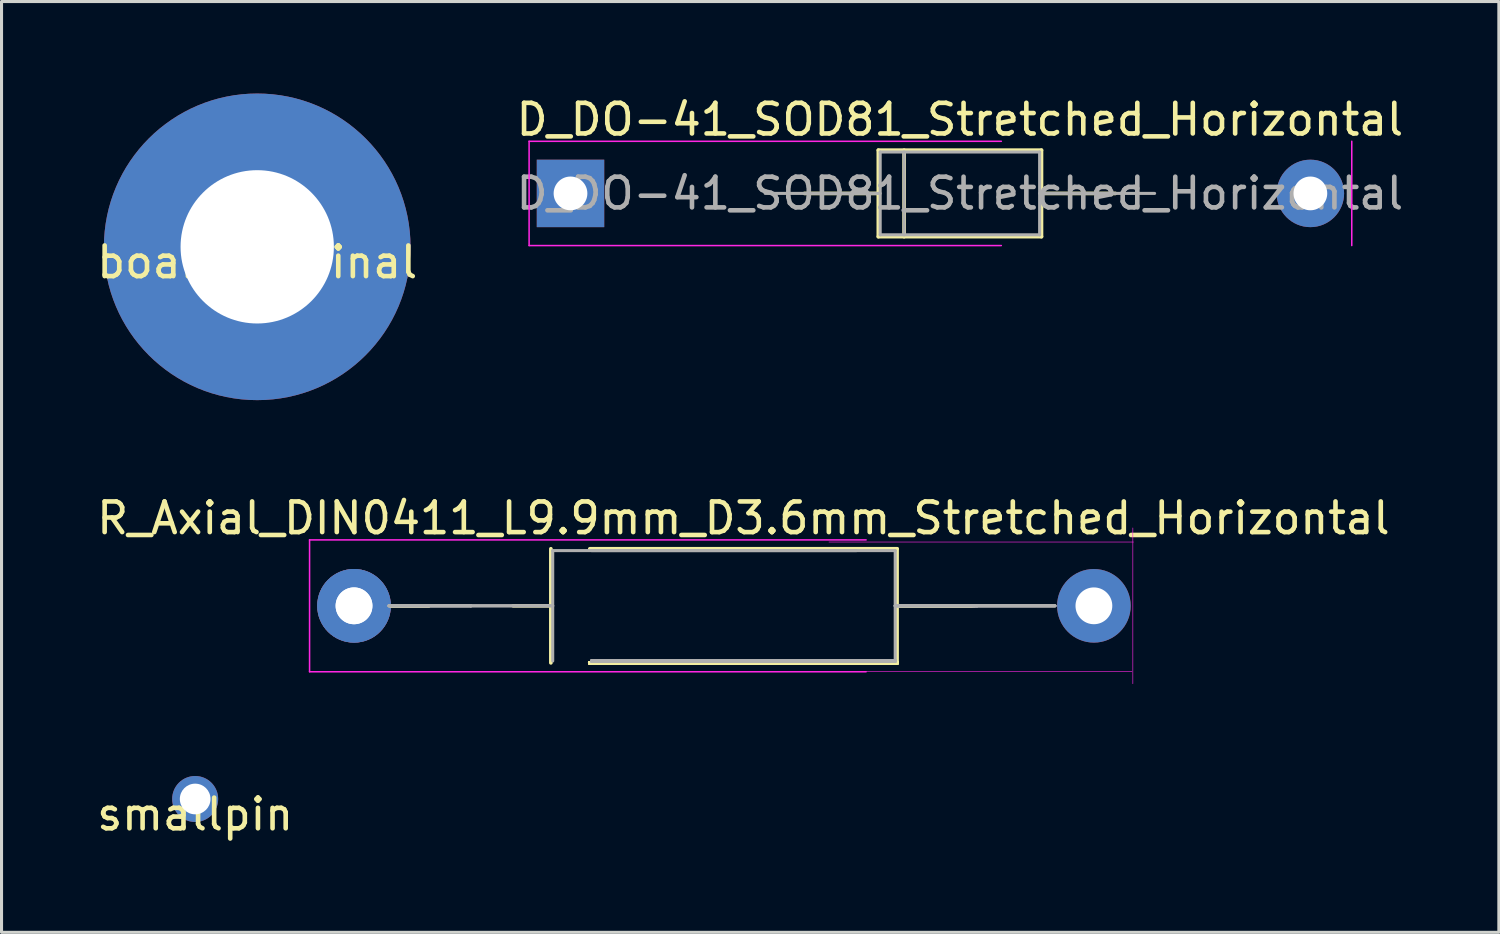
<source format=kicad_pcb>
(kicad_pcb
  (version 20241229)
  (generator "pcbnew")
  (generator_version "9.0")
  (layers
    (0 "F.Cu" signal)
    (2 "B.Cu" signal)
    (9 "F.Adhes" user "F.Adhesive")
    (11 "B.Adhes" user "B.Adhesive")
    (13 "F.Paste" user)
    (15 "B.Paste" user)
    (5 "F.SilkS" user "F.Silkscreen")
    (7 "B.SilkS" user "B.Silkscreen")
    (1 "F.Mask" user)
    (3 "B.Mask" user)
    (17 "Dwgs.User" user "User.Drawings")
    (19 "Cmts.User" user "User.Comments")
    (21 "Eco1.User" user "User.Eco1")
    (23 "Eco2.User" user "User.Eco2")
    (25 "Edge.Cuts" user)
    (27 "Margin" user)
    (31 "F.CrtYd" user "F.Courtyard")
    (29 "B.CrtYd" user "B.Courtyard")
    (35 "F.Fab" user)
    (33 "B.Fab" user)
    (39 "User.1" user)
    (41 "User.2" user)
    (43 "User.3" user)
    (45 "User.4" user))
  (footprint "boardterminal"
    (layer "F.Cu")
    (at 5.339 5)
    (property "Reference" "boardterminal" (at 0 0.5 0) (layer "F.SilkS") (effects (font (size 1 1) (thickness 0.15))))
    (attr through_hole)
    (pad "1" thru_hole circle (at 0 0) (size 10 10) (drill 5) (layers "*.Cu" "*.Mask")))
  (footprint "D_DO-41_SOD81_Stretched_Horizontal"
    (layer "F.Cu")
    (at 15.556 3.258)
    (property "Reference" "D_DO-41_SOD81_Stretched_Horizontal" (at 12.7 -2.41 0) (layer "F.SilkS") (effects (font (size 1 1) (thickness 0.15))))
    (attr through_hole)
    (fp_line (start 7.63 0) (end 10.04 0) (stroke (width 0.12) (type solid)) (layer "F.SilkS"))
    (fp_line (start 10.04 -1.41) (end 10.04 1.41) (stroke (width 0.12) (type solid)) (layer "F.SilkS"))
    (fp_line (start 10.04 1.41) (end 15.36 1.41) (stroke (width 0.12) (type solid)) (layer "F.SilkS"))
    (fp_line (start 10.88 -1.41) (end 10.88 1.41) (stroke (width 0.12) (type solid)) (layer "F.SilkS"))
    (fp_line (start 15.36 -1.41) (end 10.04 -1.41) (stroke (width 0.12) (type solid)) (layer "F.SilkS"))
    (fp_line (start 15.36 1.41) (end 15.36 -1.41) (stroke (width 0.12) (type solid)) (layer "F.SilkS"))
    (fp_line (start 17.77 0) (end 15.36 0) (stroke (width 0.12) (type solid)) (layer "F.SilkS"))
    (fp_line (start -1.35 -1.7) (end -1.35 1.7) (stroke (width 0.05) (type solid)) (layer "F.CrtYd"))
    (fp_line (start -1.35 1.7) (end 14.05 1.7) (stroke (width 0.05) (type solid)) (layer "F.CrtYd"))
    (fp_line (start 14.05 -1.7) (end -1.35 -1.7) (stroke (width 0.05) (type solid)) (layer "F.CrtYd"))
    (fp_line (start 25.48 1.7) (end 25.48 -1.7) (stroke (width 0.05) (type solid)) (layer "F.CrtYd"))
    (fp_line (start 6.35 0) (end 10.1 0) (stroke (width 0.1) (type solid)) (layer "F.Fab"))
    (fp_line (start 10.1 -1.35) (end 10.1 1.35) (stroke (width 0.1) (type solid)) (layer "F.Fab"))
    (fp_line (start 10.1 1.35) (end 15.3 1.35) (stroke (width 0.1) (type solid)) (layer "F.Fab"))
    (fp_line (start 10.88 -1.35) (end 10.88 1.35) (stroke (width 0.1) (type solid)) (layer "F.Fab"))
    (fp_line (start 15.3 -1.35) (end 10.1 -1.35) (stroke (width 0.1) (type solid)) (layer "F.Fab"))
    (fp_line (start 15.3 1.35) (end 15.3 -1.35) (stroke (width 0.1) (type solid)) (layer "F.Fab"))
    (fp_line (start 19.05 0) (end 15.3 0) (stroke (width 0.1) (type solid)) (layer "F.Fab"))
    (fp_text user "${REFERENCE}" (at 12.7 0 0) (layer "F.Fab") (effects (font (size 1 1) (thickness 0.15))))
    (pad "1" thru_hole rect (at 0 0) (size 2.2 2.2) (drill 1.1) (layers "*.Cu" "*.Mask"))
    (pad "2" thru_hole oval (at 24.13 0) (size 2.2 2.2) (drill 1.1) (layers "*.Cu" "*.Mask")))
  (footprint "R_Axial_DIN0411_L9.9mm_D3.6mm_Stretched_Horizontal"
    (layer "F.Cu")
    (at 8.496 16.708)
    (property "Reference" "R_Axial_DIN0411_L9.9mm_D3.6mm_Stretched_Horizontal" (at 12.7 -2.86 0) (layer "F.SilkS") (effects (font (size 1 1) (thickness 0.15))))
    (attr through_hole)
    (fp_line (start 2.43 0) (end 1.2 0) (stroke (width 0.12) (type solid)) (layer "F.SilkS"))
    (fp_line (start 2.43 0) (end 1.2 0) (stroke (width 0.12) (type solid)) (layer "F.SilkS"))
    (fp_line (start 2.43 0) (end 1.2 0) (stroke (width 0.12) (type solid)) (layer "F.SilkS"))
    (fp_line (start 2.43 0) (end 1.2 0) (stroke (width 0.12) (type solid)) (layer "F.SilkS"))
    (fp_line (start 5.19 0) (end 6.42 0) (stroke (width 0.12) (type solid)) (layer "F.SilkS"))
    (fp_line (start 6.42 -1.86) (end 6.42 1.86) (stroke (width 0.12) (type solid)) (layer "F.SilkS"))
    (fp_line (start 7.69 1.86) (end 17.71 1.86) (stroke (width 0.12) (type solid)) (layer "F.SilkS"))
    (fp_line (start 7.69 1.86) (end 17.71 1.86) (stroke (width 0.12) (type solid)) (layer "F.SilkS"))
    (fp_line (start 7.69 1.86) (end 17.71 1.86) (stroke (width 0.12) (type solid)) (layer "F.SilkS"))
    (fp_line (start 7.69 1.86) (end 17.71 1.86) (stroke (width 0.12) (type solid)) (layer "F.SilkS"))
    (fp_line (start 7.69 1.86) (end 17.71 1.86) (stroke (width 0.12) (type solid)) (layer "F.SilkS"))
    (fp_line (start 7.69 1.86) (end 17.71 1.86) (stroke (width 0.12) (type solid)) (layer "F.SilkS"))
    (fp_line (start 7.69 1.86) (end 17.71 1.86) (stroke (width 0.12) (type solid)) (layer "F.SilkS"))
    (fp_line (start 7.69 1.86) (end 17.71 1.86) (stroke (width 0.12) (type solid)) (layer "F.SilkS"))
    (fp_line (start 7.69 1.86) (end 17.71 1.86) (stroke (width 0.12) (type solid)) (layer "F.SilkS"))
    (fp_line (start 7.69 1.86) (end 17.71 1.86) (stroke (width 0.12) (type solid)) (layer "F.SilkS"))
    (fp_line (start 7.69 1.86) (end 17.71 1.86) (stroke (width 0.12) (type solid)) (layer "F.SilkS"))
    (fp_line (start 7.69 1.86) (end 17.71 1.86) (stroke (width 0.12) (type solid)) (layer "F.SilkS"))
    (fp_line (start 7.69 1.86) (end 17.71 1.86) (stroke (width 0.12) (type solid)) (layer "F.SilkS"))
    (fp_line (start 7.69 1.86) (end 17.71 1.86) (stroke (width 0.12) (type solid)) (layer "F.SilkS"))
    (fp_line (start 7.69 1.86) (end 17.71 1.86) (stroke (width 0.12) (type solid)) (layer "F.SilkS"))
    (fp_line (start 7.69 1.86) (end 17.71 1.86) (stroke (width 0.12) (type solid)) (layer "F.SilkS"))
    (fp_line (start 17.71 -1.86) (end 7.69 -1.86) (stroke (width 0.12) (type solid)) (layer "F.SilkS"))
    (fp_line (start 17.71 1.86) (end 17.71 -1.86) (stroke (width 0.12) (type solid)) (layer "F.SilkS"))
    (fp_line (start 18.94 0) (end 17.71 0) (stroke (width 0.12) (type solid)) (layer "F.SilkS"))
    (fp_line (start 18.94 0) (end 17.71 0) (stroke (width 0.12) (type solid)) (layer "F.SilkS"))
    (fp_line (start 18.94 0) (end 17.71 0) (stroke (width 0.12) (type solid)) (layer "F.SilkS"))
    (fp_line (start 18.94 0) (end 17.71 0) (stroke (width 0.12) (type solid)) (layer "F.SilkS"))
    (fp_line (start 18.94 0) (end 17.71 0) (stroke (width 0.12) (type solid)) (layer "F.SilkS"))
    (fp_line (start 18.94 0) (end 17.71 0) (stroke (width 0.12) (type solid)) (layer "F.SilkS"))
    (fp_line (start 18.94 0) (end 17.71 0) (stroke (width 0.12) (type solid)) (layer "F.SilkS"))
    (fp_line (start 18.94 0) (end 17.71 0) (stroke (width 0.12) (type solid)) (layer "F.SilkS"))
    (fp_line (start 20.21 0) (end 18.98 0) (stroke (width 0.12) (type solid)) (layer "F.SilkS"))
    (fp_line (start 20.21 0) (end 18.98 0) (stroke (width 0.12) (type solid)) (layer "F.SilkS"))
    (fp_line (start 20.21 0) (end 18.98 0) (stroke (width 0.12) (type solid)) (layer "F.SilkS"))
    (fp_line (start 20.21 0) (end 18.98 0) (stroke (width 0.12) (type solid)) (layer "F.SilkS"))
    (fp_line (start -1.45 -2.15) (end -1.45 2.15) (stroke (width 0.05) (type solid)) (layer "F.CrtYd"))
    (fp_line (start -1.45 2.15) (end 16.7 2.15) (stroke (width 0.05) (type solid)) (layer "F.CrtYd"))
    (fp_line (start 15.44 2.14) (end 25.37 2.14) (stroke (width 0.02) (type solid)) (layer "F.CrtYd"))
    (fp_line (start 15.49 -2.08) (end 25.42 -2.08) (stroke (width 0.02) (type solid)) (layer "F.CrtYd"))
    (fp_line (start 16.7 -2.15) (end -1.45 -2.15) (stroke (width 0.05) (type solid)) (layer "F.CrtYd"))
    (fp_line (start 25.4 -2.54) (end 25.4 2.54) (stroke (width 0.02) (type solid)) (layer "F.CrtYd"))
    (fp_line (start 3.81 0) (end 1.14 0) (stroke (width 0.1) (type solid)) (layer "F.Fab"))
    (fp_line (start 3.81 0) (end 1.14 0) (stroke (width 0.1) (type solid)) (layer "F.Fab"))
    (fp_line (start 3.81 0) (end 1.14 0) (stroke (width 0.1) (type solid)) (layer "F.Fab"))
    (fp_line (start 3.81 0) (end 1.14 0) (stroke (width 0.1) (type solid)) (layer "F.Fab"))
    (fp_line (start 3.81 0) (end 6.48 0) (stroke (width 0.1) (type solid)) (layer "F.Fab"))
    (fp_line (start 3.81 0) (end 6.48 0) (stroke (width 0.1) (type solid)) (layer "F.Fab"))
    (fp_line (start 6.48 -1.8) (end 6.48 1.8) (stroke (width 0.1) (type solid)) (layer "F.Fab"))
    (fp_line (start 7.75 1.8) (end 17.65 1.8) (stroke (width 0.1) (type solid)) (layer "F.Fab"))
    (fp_line (start 7.75 1.8) (end 17.65 1.8) (stroke (width 0.1) (type solid)) (layer "F.Fab"))
    (fp_line (start 7.75 1.8) (end 17.65 1.8) (stroke (width 0.1) (type solid)) (layer "F.Fab"))
    (fp_line (start 7.75 1.8) (end 17.65 1.8) (stroke (width 0.1) (type solid)) (layer "F.Fab"))
    (fp_line (start 7.75 1.8) (end 17.65 1.8) (stroke (width 0.1) (type solid)) (layer "F.Fab"))
    (fp_line (start 7.75 1.8) (end 17.65 1.8) (stroke (width 0.1) (type solid)) (layer "F.Fab"))
    (fp_line (start 7.75 1.8) (end 17.65 1.8) (stroke (width 0.1) (type solid)) (layer "F.Fab"))
    (fp_line (start 7.75 1.8) (end 17.65 1.8) (stroke (width 0.1) (type solid)) (layer "F.Fab"))
    (fp_line (start 7.75 1.8) (end 17.65 1.8) (stroke (width 0.1) (type solid)) (layer "F.Fab"))
    (fp_line (start 7.75 1.8) (end 17.65 1.8) (stroke (width 0.1) (type solid)) (layer "F.Fab"))
    (fp_line (start 7.75 1.8) (end 17.65 1.8) (stroke (width 0.1) (type solid)) (layer "F.Fab"))
    (fp_line (start 7.75 1.8) (end 17.65 1.8) (stroke (width 0.1) (type solid)) (layer "F.Fab"))
    (fp_line (start 7.75 1.8) (end 17.65 1.8) (stroke (width 0.1) (type solid)) (layer "F.Fab"))
    (fp_line (start 7.75 1.8) (end 17.65 1.8) (stroke (width 0.1) (type solid)) (layer "F.Fab"))
    (fp_line (start 7.75 1.8) (end 17.65 1.8) (stroke (width 0.1) (type solid)) (layer "F.Fab"))
    (fp_line (start 7.75 1.8) (end 17.65 1.8) (stroke (width 0.1) (type solid)) (layer "F.Fab"))
    (fp_line (start 16.38 -1.8) (end 6.48 -1.8) (stroke (width 0.1) (type solid)) (layer "F.Fab"))
    (fp_line (start 17.65 -1.8) (end 7.75 -1.8) (stroke (width 0.1) (type solid)) (layer "F.Fab"))
    (fp_line (start 17.65 1.8) (end 17.65 -1.8) (stroke (width 0.1) (type solid)) (layer "F.Fab"))
    (fp_line (start 20.32 0) (end 17.65 0) (stroke (width 0.1) (type solid)) (layer "F.Fab"))
    (fp_line (start 20.32 0) (end 17.65 0) (stroke (width 0.1) (type solid)) (layer "F.Fab"))
    (fp_line (start 20.32 0) (end 17.65 0) (stroke (width 0.1) (type solid)) (layer "F.Fab"))
    (fp_line (start 20.32 0) (end 17.65 0) (stroke (width 0.1) (type solid)) (layer "F.Fab"))
    (fp_line (start 22.86 0) (end 20.19 0) (stroke (width 0.1) (type solid)) (layer "F.Fab"))
    (fp_line (start 22.86 0) (end 20.19 0) (stroke (width 0.1) (type solid)) (layer "F.Fab"))
    (fp_line (start 22.86 0) (end 20.19 0) (stroke (width 0.1) (type solid)) (layer "F.Fab"))
    (fp_line (start 22.86 0) (end 20.19 0) (stroke (width 0.1) (type solid)) (layer "F.Fab"))
    (pad "1" thru_hole circle (at 0 0) (size 2.4 2.4) (drill 1.2) (layers "*.Cu" "*.Mask"))
    (pad "1" thru_hole circle (at 0 0) (size 2.4 2.4) (drill 1.2) (layers "*.Cu" "*.Mask"))
    (pad "2" thru_hole oval (at 24.13 0) (size 2.4 2.4) (drill 1.2) (layers "*.Cu" "*.Mask")))
  (footprint "smallpin"
    (layer "F.Cu")
    (at 3.315 23.008)
    (property "Reference" "smallpin" (at 0 0.5 0) (layer "F.SilkS") (effects (font (size 1 1) (thickness 0.15))))
    (attr through_hole)
    (pad "1" thru_hole circle (at 0 0) (size 1.5 1.5) (drill 1) (layers "*.Cu" "*.Mask")))
  (gr_rect
    (start -3 -3)
    (end 45.833 27.357)
    (stroke (width 0.1) (type default))
    (fill no)
    (layer "Edge.Cuts")))
</source>
